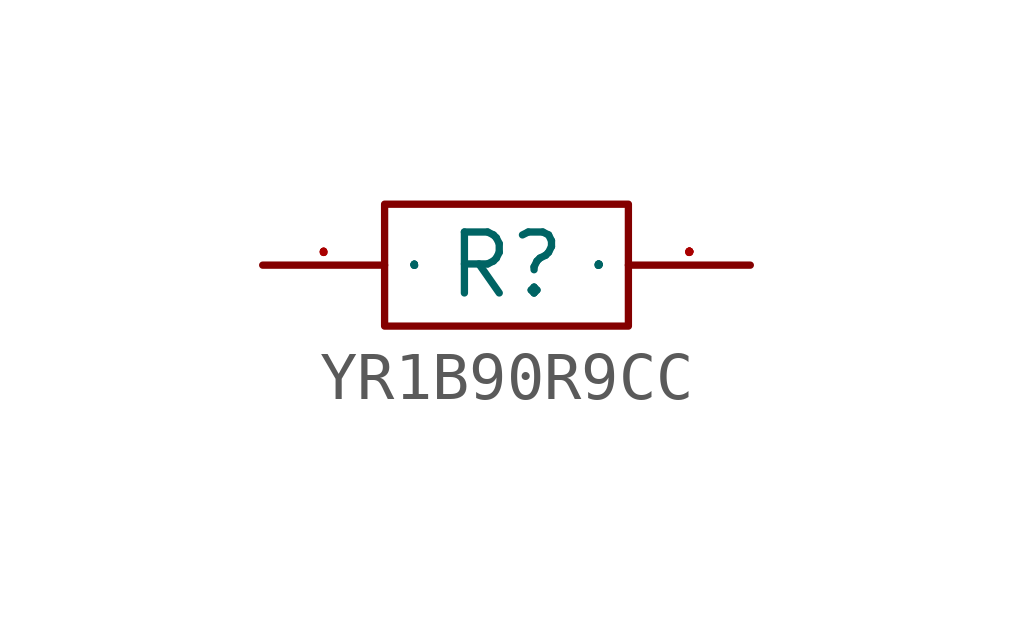
<source format=kicad_sym>
(kicad_symbol_lib
  (version 20241209)
  (generator "kicad_symbol_editor")
  (generator_version "9.0")
  (symbol "YR1B90R9CC"
    (property "Reference" "R"
      (at 0 0 0)
      (effects (font (size 1.27 1.27))))
    (symbol "YR1B90R9CC_1_0"
      (rectangle (start -2.54 1.27) (end 2.54 -1.27) (stroke (width 0) (type default)) (fill (type none)))
      (pin unspecified line (at -5.08 0 0) (length 2.54) (name "1" (effects (font (size 0.025 0.025)))) (number "1" (effects (font (size 0.025 0.025)))))
      (pin unspecified line (at 5.08 0 180) (length 2.54) (name "2" (effects (font (size 0.025 0.025)))) (number "2" (effects (font (size 0.025 0.025))))))))
</source>
